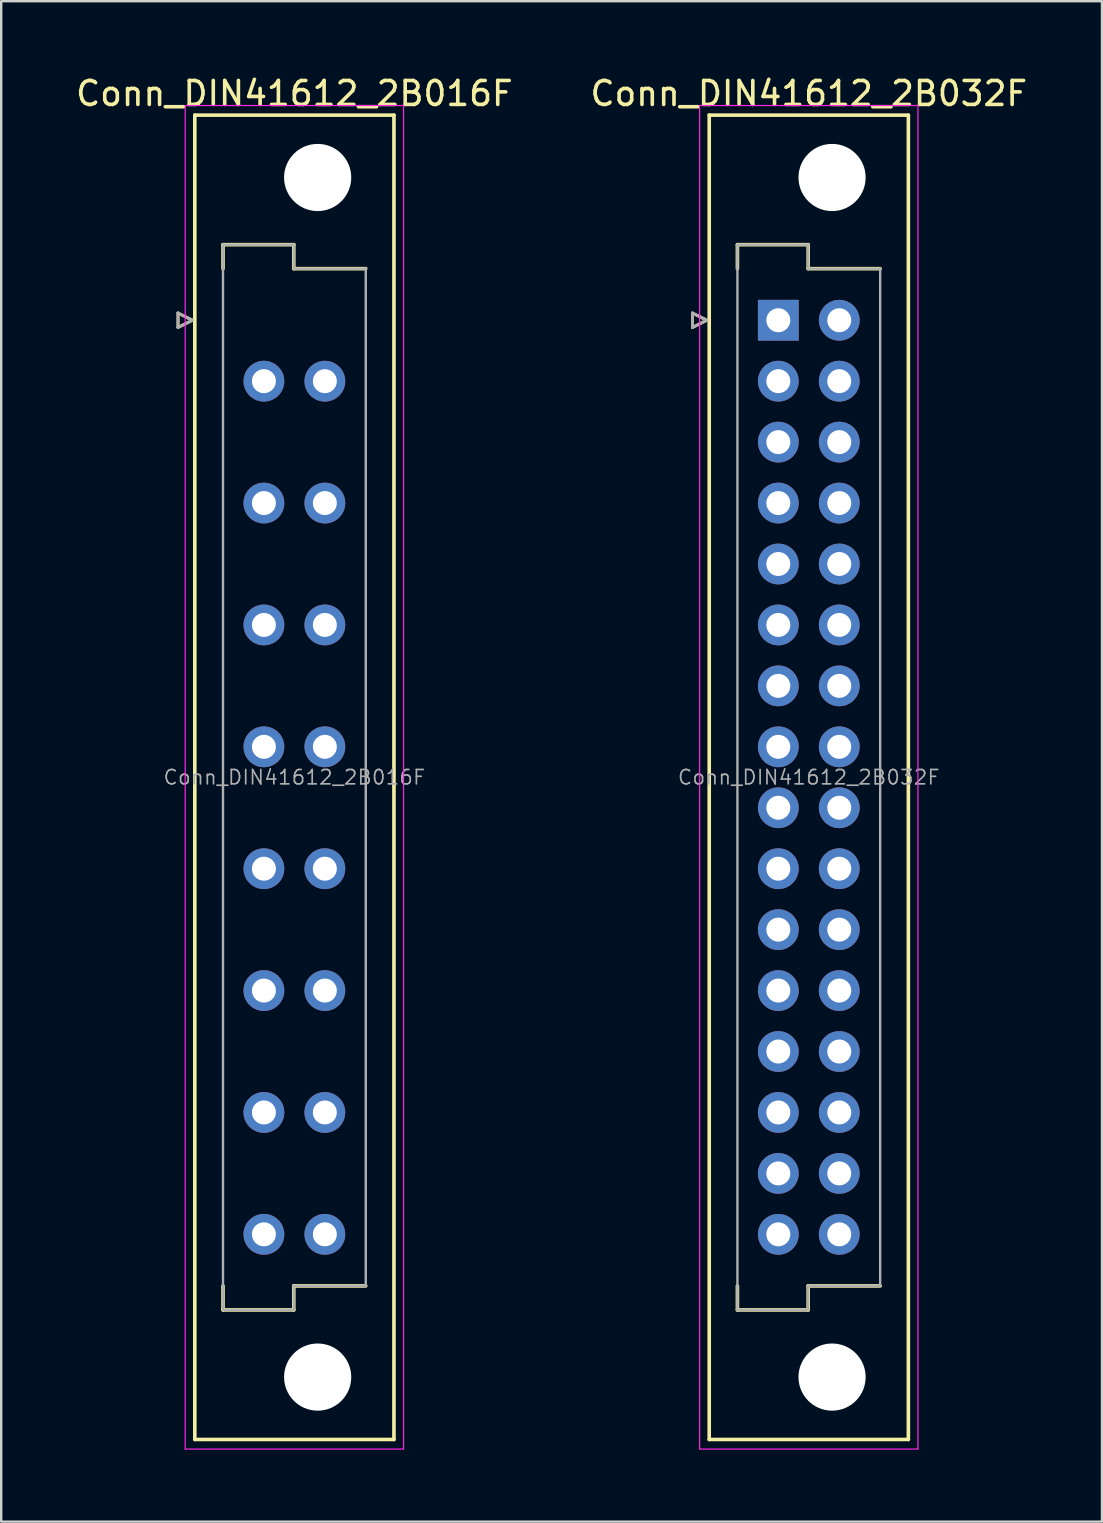
<source format=kicad_pcb>
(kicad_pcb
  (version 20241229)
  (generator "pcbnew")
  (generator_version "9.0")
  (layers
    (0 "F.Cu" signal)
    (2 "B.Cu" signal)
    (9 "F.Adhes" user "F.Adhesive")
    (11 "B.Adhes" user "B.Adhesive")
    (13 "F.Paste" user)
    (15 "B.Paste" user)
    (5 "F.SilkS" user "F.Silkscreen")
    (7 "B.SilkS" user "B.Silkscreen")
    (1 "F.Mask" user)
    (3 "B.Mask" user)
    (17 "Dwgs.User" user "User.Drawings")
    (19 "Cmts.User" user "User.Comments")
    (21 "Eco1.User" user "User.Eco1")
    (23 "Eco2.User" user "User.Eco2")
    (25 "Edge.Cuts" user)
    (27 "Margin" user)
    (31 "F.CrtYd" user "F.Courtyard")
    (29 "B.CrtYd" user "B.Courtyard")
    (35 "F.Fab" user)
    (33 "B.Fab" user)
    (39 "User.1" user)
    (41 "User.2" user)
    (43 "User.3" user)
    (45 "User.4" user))
  (footprint "Conn_DIN41612_2B016F"
    (layer "F.Cu")
    (at 7.95 10.298)
    (property "Reference" "Conn_DIN41612_2B016F" (at 1.27 -9.45 0) (layer "F.SilkS") (effects (font (size 1 1) (thickness 0.15))))
    (attr through_hole)
    (fp_line (start -3.58 -0.3) (end -3.58 0.3) (stroke (width 0.12) (type solid)) (layer "F.SilkS"))
    (fp_line (start -3.58 0.3) (end -2.98 0) (stroke (width 0.12) (type solid)) (layer "F.SilkS"))
    (fp_line (start -2.98 0) (end -3.58 -0.3) (stroke (width 0.12) (type solid)) (layer "F.SilkS"))
    (fp_line (start -2.88 -8.55) (end -2.88 46.65) (stroke (width 0.15) (type solid)) (layer "F.SilkS"))
    (fp_line (start -2.88 46.65) (end 5.42 46.65) (stroke (width 0.15) (type solid)) (layer "F.SilkS"))
    (fp_line (start -1.705 -3.15) (end 1.245 -3.15) (stroke (width 0.15) (type solid)) (layer "F.SilkS"))
    (fp_line (start -1.705 -2.15) (end -1.705 -3.15) (stroke (width 0.15) (type solid)) (layer "F.SilkS"))
    (fp_line (start -1.705 41.25) (end -1.705 40.25) (stroke (width 0.15) (type solid)) (layer "F.SilkS"))
    (fp_line (start 1.245 -3.15) (end 1.245 -2.15) (stroke (width 0.15) (type solid)) (layer "F.SilkS"))
    (fp_line (start 1.245 -2.15) (end 4.245 -2.15) (stroke (width 0.15) (type solid)) (layer "F.SilkS"))
    (fp_line (start 1.245 40.25) (end 1.245 41.25) (stroke (width 0.15) (type solid)) (layer "F.SilkS"))
    (fp_line (start 1.245 41.25) (end -1.705 41.25) (stroke (width 0.15) (type solid)) (layer "F.SilkS"))
    (fp_line (start 4.245 40.25) (end 1.245 40.25) (stroke (width 0.15) (type solid)) (layer "F.SilkS"))
    (fp_line (start 5.42 -8.55) (end -2.88 -8.55) (stroke (width 0.15) (type solid)) (layer "F.SilkS"))
    (fp_line (start 5.42 46.65) (end 5.42 -8.55) (stroke (width 0.15) (type solid)) (layer "F.SilkS"))
    (fp_line (start -3.28 -8.95) (end -3.28 47.05) (stroke (width 0.05) (type solid)) (layer "F.CrtYd"))
    (fp_line (start -3.28 47.05) (end 5.82 47.05) (stroke (width 0.05) (type solid)) (layer "F.CrtYd"))
    (fp_line (start 5.82 -8.95) (end -3.28 -8.95) (stroke (width 0.05) (type solid)) (layer "F.CrtYd"))
    (fp_line (start 5.82 47.05) (end 5.82 -8.95) (stroke (width 0.05) (type solid)) (layer "F.CrtYd"))
    (fp_line (start -3.58 -0.3) (end -3.58 0.3) (stroke (width 0.12) (type solid)) (layer "F.Fab"))
    (fp_line (start -3.58 0.3) (end -2.98 0) (stroke (width 0.12) (type solid)) (layer "F.Fab"))
    (fp_line (start -2.98 0) (end -3.58 -0.3) (stroke (width 0.12) (type solid)) (layer "F.Fab"))
    (fp_line (start -1.705 -3.15) (end 1.245 -3.15) (stroke (width 0.1) (type solid)) (layer "F.Fab"))
    (fp_line (start -1.705 -2.15) (end -1.705 -3.15) (stroke (width 0.1) (type solid)) (layer "F.Fab"))
    (fp_line (start -1.705 40.25) (end -1.705 -2.15) (stroke (width 0.1) (type solid)) (layer "F.Fab"))
    (fp_line (start -1.705 41.25) (end -1.705 40.25) (stroke (width 0.1) (type solid)) (layer "F.Fab"))
    (fp_line (start 1.245 -3.15) (end 1.245 -2.15) (stroke (width 0.1) (type solid)) (layer "F.Fab"))
    (fp_line (start 1.245 -2.15) (end 4.245 -2.15) (stroke (width 0.1) (type solid)) (layer "F.Fab"))
    (fp_line (start 1.245 40.25) (end 1.245 41.25) (stroke (width 0.1) (type solid)) (layer "F.Fab"))
    (fp_line (start 1.245 41.25) (end -1.705 41.25) (stroke (width 0.1) (type solid)) (layer "F.Fab"))
    (fp_line (start 4.245 -2.15) (end 4.245 40.25) (stroke (width 0.1) (type solid)) (layer "F.Fab"))
    (fp_line (start 4.245 40.25) (end 1.245 40.25) (stroke (width 0.1) (type solid)) (layer "F.Fab"))
    (fp_text user "${REFERENCE}" (at 1.27 19.05 0) (layer "F.Fab") (effects (font (size 0.6 0.6) (thickness 0.07))))
    (pad "" np_thru_hole circle (at 2.24 -5.95) (size 2.8 2.8) (drill 2.8) (layers "*.Cu" "*.Mask"))
    (pad "" np_thru_hole circle (at 2.24 44.05) (size 2.8 2.8) (drill 2.8) (layers "*.Cu" "*.Mask"))
    (pad "A2" thru_hole circle (at 0 2.54) (size 1.7 1.7) (drill 1) (layers "*.Cu" "*.Mask"))
    (pad "A4" thru_hole circle (at 0 7.62) (size 1.7 1.7) (drill 1) (layers "*.Cu" "*.Mask"))
    (pad "A6" thru_hole circle (at 0 12.7) (size 1.7 1.7) (drill 1) (layers "*.Cu" "*.Mask"))
    (pad "A8" thru_hole circle (at 0 17.78) (size 1.7 1.7) (drill 1) (layers "*.Cu" "*.Mask"))
    (pad "A10" thru_hole circle (at 0 22.86) (size 1.7 1.7) (drill 1) (layers "*.Cu" "*.Mask"))
    (pad "A12" thru_hole circle (at 0 27.94) (size 1.7 1.7) (drill 1) (layers "*.Cu" "*.Mask"))
    (pad "A14" thru_hole circle (at 0 33.02) (size 1.7 1.7) (drill 1) (layers "*.Cu" "*.Mask"))
    (pad "A16" thru_hole circle (at 0 38.1) (size 1.7 1.7) (drill 1) (layers "*.Cu" "*.Mask"))
    (pad "B2" thru_hole circle (at 2.54 2.54) (size 1.7 1.7) (drill 1) (layers "*.Cu" "*.Mask"))
    (pad "B4" thru_hole circle (at 2.54 7.62) (size 1.7 1.7) (drill 1) (layers "*.Cu" "*.Mask"))
    (pad "B6" thru_hole circle (at 2.54 12.7) (size 1.7 1.7) (drill 1) (layers "*.Cu" "*.Mask"))
    (pad "B8" thru_hole circle (at 2.54 17.78) (size 1.7 1.7) (drill 1) (layers "*.Cu" "*.Mask"))
    (pad "B10" thru_hole circle (at 2.54 22.86) (size 1.7 1.7) (drill 1) (layers "*.Cu" "*.Mask"))
    (pad "B12" thru_hole circle (at 2.54 27.94) (size 1.7 1.7) (drill 1) (layers "*.Cu" "*.Mask"))
    (pad "B14" thru_hole circle (at 2.54 33.02) (size 1.7 1.7) (drill 1) (layers "*.Cu" "*.Mask"))
    (pad "B16" thru_hole circle (at 2.54 38.1) (size 1.7 1.7) (drill 1) (layers "*.Cu" "*.Mask")))
  (footprint "Conn_DIN41612_2B032F"
    (layer "F.Cu")
    (at 29.391 10.298)
    (property "Reference" "Conn_DIN41612_2B032F" (at 1.27 -9.45 0) (layer "F.SilkS") (effects (font (size 1 1) (thickness 0.15))))
    (attr through_hole)
    (fp_line (start -3.58 -0.3) (end -3.58 0.3) (stroke (width 0.12) (type solid)) (layer "F.SilkS"))
    (fp_line (start -3.58 0.3) (end -2.98 0) (stroke (width 0.12) (type solid)) (layer "F.SilkS"))
    (fp_line (start -2.98 0) (end -3.58 -0.3) (stroke (width 0.12) (type solid)) (layer "F.SilkS"))
    (fp_line (start -2.88 -8.55) (end -2.88 46.65) (stroke (width 0.15) (type solid)) (layer "F.SilkS"))
    (fp_line (start -2.88 46.65) (end 5.42 46.65) (stroke (width 0.15) (type solid)) (layer "F.SilkS"))
    (fp_line (start -1.705 -3.15) (end 1.245 -3.15) (stroke (width 0.15) (type solid)) (layer "F.SilkS"))
    (fp_line (start -1.705 -2.15) (end -1.705 -3.15) (stroke (width 0.15) (type solid)) (layer "F.SilkS"))
    (fp_line (start -1.705 41.25) (end -1.705 40.25) (stroke (width 0.15) (type solid)) (layer "F.SilkS"))
    (fp_line (start 1.245 -3.15) (end 1.245 -2.15) (stroke (width 0.15) (type solid)) (layer "F.SilkS"))
    (fp_line (start 1.245 -2.15) (end 4.245 -2.15) (stroke (width 0.15) (type solid)) (layer "F.SilkS"))
    (fp_line (start 1.245 40.25) (end 1.245 41.25) (stroke (width 0.15) (type solid)) (layer "F.SilkS"))
    (fp_line (start 1.245 41.25) (end -1.705 41.25) (stroke (width 0.15) (type solid)) (layer "F.SilkS"))
    (fp_line (start 4.245 40.25) (end 1.245 40.25) (stroke (width 0.15) (type solid)) (layer "F.SilkS"))
    (fp_line (start 5.42 -8.55) (end -2.88 -8.55) (stroke (width 0.15) (type solid)) (layer "F.SilkS"))
    (fp_line (start 5.42 46.65) (end 5.42 -8.55) (stroke (width 0.15) (type solid)) (layer "F.SilkS"))
    (fp_line (start -3.28 -8.95) (end -3.28 47.05) (stroke (width 0.05) (type solid)) (layer "F.CrtYd"))
    (fp_line (start -3.28 47.05) (end 5.82 47.05) (stroke (width 0.05) (type solid)) (layer "F.CrtYd"))
    (fp_line (start 5.82 -8.95) (end -3.28 -8.95) (stroke (width 0.05) (type solid)) (layer "F.CrtYd"))
    (fp_line (start 5.82 47.05) (end 5.82 -8.95) (stroke (width 0.05) (type solid)) (layer "F.CrtYd"))
    (fp_line (start -3.58 -0.3) (end -3.58 0.3) (stroke (width 0.12) (type solid)) (layer "F.Fab"))
    (fp_line (start -3.58 0.3) (end -2.98 0) (stroke (width 0.12) (type solid)) (layer "F.Fab"))
    (fp_line (start -2.98 0) (end -3.58 -0.3) (stroke (width 0.12) (type solid)) (layer "F.Fab"))
    (fp_line (start -1.705 -3.15) (end 1.245 -3.15) (stroke (width 0.1) (type solid)) (layer "F.Fab"))
    (fp_line (start -1.705 -2.15) (end -1.705 -3.15) (stroke (width 0.1) (type solid)) (layer "F.Fab"))
    (fp_line (start -1.705 40.25) (end -1.705 -2.15) (stroke (width 0.1) (type solid)) (layer "F.Fab"))
    (fp_line (start -1.705 41.25) (end -1.705 40.25) (stroke (width 0.1) (type solid)) (layer "F.Fab"))
    (fp_line (start 1.245 -3.15) (end 1.245 -2.15) (stroke (width 0.1) (type solid)) (layer "F.Fab"))
    (fp_line (start 1.245 -2.15) (end 4.245 -2.15) (stroke (width 0.1) (type solid)) (layer "F.Fab"))
    (fp_line (start 1.245 40.25) (end 1.245 41.25) (stroke (width 0.1) (type solid)) (layer "F.Fab"))
    (fp_line (start 1.245 41.25) (end -1.705 41.25) (stroke (width 0.1) (type solid)) (layer "F.Fab"))
    (fp_line (start 4.245 -2.15) (end 4.245 40.25) (stroke (width 0.1) (type solid)) (layer "F.Fab"))
    (fp_line (start 4.245 40.25) (end 1.245 40.25) (stroke (width 0.1) (type solid)) (layer "F.Fab"))
    (fp_text user "${REFERENCE}" (at 1.27 19.05 0) (layer "F.Fab") (effects (font (size 0.6 0.6) (thickness 0.07))))
    (pad "" np_thru_hole circle (at 2.24 -5.95) (size 2.8 2.8) (drill 2.8) (layers "*.Cu" "*.Mask"))
    (pad "" np_thru_hole circle (at 2.24 44.05) (size 2.8 2.8) (drill 2.8) (layers "*.Cu" "*.Mask"))
    (pad "A1" thru_hole rect (at 0 0) (size 1.7 1.7) (drill 1) (layers "*.Cu" "*.Mask"))
    (pad "A2" thru_hole circle (at 0 2.54) (size 1.7 1.7) (drill 1) (layers "*.Cu" "*.Mask"))
    (pad "A3" thru_hole circle (at 0 5.08) (size 1.7 1.7) (drill 1) (layers "*.Cu" "*.Mask"))
    (pad "A4" thru_hole circle (at 0 7.62) (size 1.7 1.7) (drill 1) (layers "*.Cu" "*.Mask"))
    (pad "A5" thru_hole circle (at 0 10.16) (size 1.7 1.7) (drill 1) (layers "*.Cu" "*.Mask"))
    (pad "A6" thru_hole circle (at 0 12.7) (size 1.7 1.7) (drill 1) (layers "*.Cu" "*.Mask"))
    (pad "A7" thru_hole circle (at 0 15.24) (size 1.7 1.7) (drill 1) (layers "*.Cu" "*.Mask"))
    (pad "A8" thru_hole circle (at 0 17.78) (size 1.7 1.7) (drill 1) (layers "*.Cu" "*.Mask"))
    (pad "A9" thru_hole circle (at 0 20.32) (size 1.7 1.7) (drill 1) (layers "*.Cu" "*.Mask"))
    (pad "A10" thru_hole circle (at 0 22.86) (size 1.7 1.7) (drill 1) (layers "*.Cu" "*.Mask"))
    (pad "A11" thru_hole circle (at 0 25.4) (size 1.7 1.7) (drill 1) (layers "*.Cu" "*.Mask"))
    (pad "A12" thru_hole circle (at 0 27.94) (size 1.7 1.7) (drill 1) (layers "*.Cu" "*.Mask"))
    (pad "A13" thru_hole circle (at 0 30.48) (size 1.7 1.7) (drill 1) (layers "*.Cu" "*.Mask"))
    (pad "A14" thru_hole circle (at 0 33.02) (size 1.7 1.7) (drill 1) (layers "*.Cu" "*.Mask"))
    (pad "A15" thru_hole circle (at 0 35.56) (size 1.7 1.7) (drill 1) (layers "*.Cu" "*.Mask"))
    (pad "A16" thru_hole circle (at 0 38.1) (size 1.7 1.7) (drill 1) (layers "*.Cu" "*.Mask"))
    (pad "B1" thru_hole circle (at 2.54 0) (size 1.7 1.7) (drill 1) (layers "*.Cu" "*.Mask"))
    (pad "B2" thru_hole circle (at 2.54 2.54) (size 1.7 1.7) (drill 1) (layers "*.Cu" "*.Mask"))
    (pad "B3" thru_hole circle (at 2.54 5.08) (size 1.7 1.7) (drill 1) (layers "*.Cu" "*.Mask"))
    (pad "B4" thru_hole circle (at 2.54 7.62) (size 1.7 1.7) (drill 1) (layers "*.Cu" "*.Mask"))
    (pad "B5" thru_hole circle (at 2.54 10.16) (size 1.7 1.7) (drill 1) (layers "*.Cu" "*.Mask"))
    (pad "B6" thru_hole circle (at 2.54 12.7) (size 1.7 1.7) (drill 1) (layers "*.Cu" "*.Mask"))
    (pad "B7" thru_hole circle (at 2.54 15.24) (size 1.7 1.7) (drill 1) (layers "*.Cu" "*.Mask"))
    (pad "B8" thru_hole circle (at 2.54 17.78) (size 1.7 1.7) (drill 1) (layers "*.Cu" "*.Mask"))
    (pad "B9" thru_hole circle (at 2.54 20.32) (size 1.7 1.7) (drill 1) (layers "*.Cu" "*.Mask"))
    (pad "B10" thru_hole circle (at 2.54 22.86) (size 1.7 1.7) (drill 1) (layers "*.Cu" "*.Mask"))
    (pad "B11" thru_hole circle (at 2.54 25.4) (size 1.7 1.7) (drill 1) (layers "*.Cu" "*.Mask"))
    (pad "B12" thru_hole circle (at 2.54 27.94) (size 1.7 1.7) (drill 1) (layers "*.Cu" "*.Mask"))
    (pad "B13" thru_hole circle (at 2.54 30.48) (size 1.7 1.7) (drill 1) (layers "*.Cu" "*.Mask"))
    (pad "B14" thru_hole circle (at 2.54 33.02) (size 1.7 1.7) (drill 1) (layers "*.Cu" "*.Mask"))
    (pad "B15" thru_hole circle (at 2.54 35.56) (size 1.7 1.7) (drill 1) (layers "*.Cu" "*.Mask"))
    (pad "B16" thru_hole circle (at 2.54 38.1) (size 1.7 1.7) (drill 1) (layers "*.Cu" "*.Mask")))
  (gr_rect
    (start -3 -3)
    (end 42.881 60.373)
    (stroke (width 0.1) (type default))
    (fill no)
    (layer "Edge.Cuts")))
</source>
